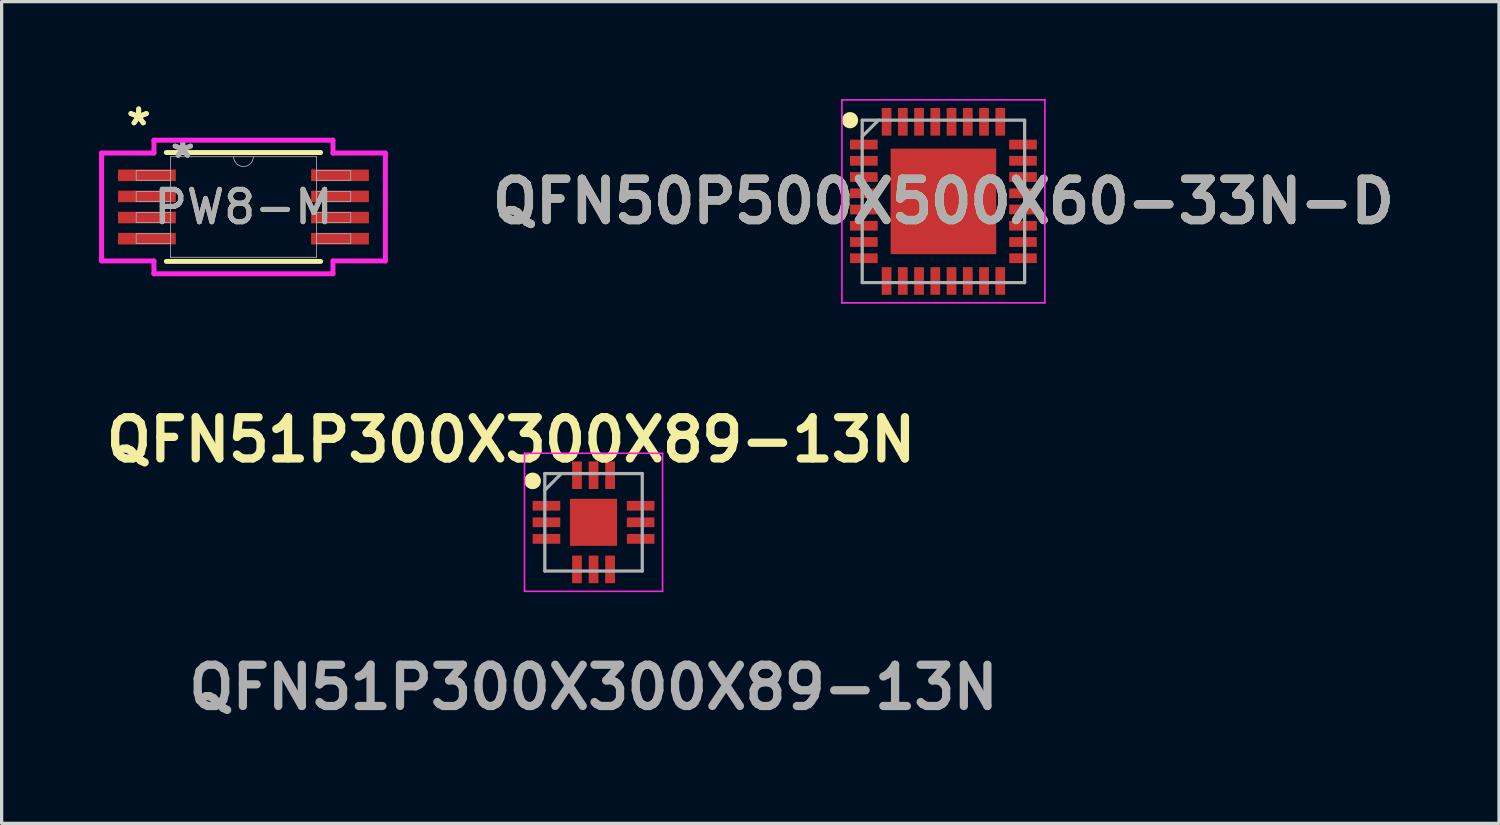
<source format=kicad_pcb>
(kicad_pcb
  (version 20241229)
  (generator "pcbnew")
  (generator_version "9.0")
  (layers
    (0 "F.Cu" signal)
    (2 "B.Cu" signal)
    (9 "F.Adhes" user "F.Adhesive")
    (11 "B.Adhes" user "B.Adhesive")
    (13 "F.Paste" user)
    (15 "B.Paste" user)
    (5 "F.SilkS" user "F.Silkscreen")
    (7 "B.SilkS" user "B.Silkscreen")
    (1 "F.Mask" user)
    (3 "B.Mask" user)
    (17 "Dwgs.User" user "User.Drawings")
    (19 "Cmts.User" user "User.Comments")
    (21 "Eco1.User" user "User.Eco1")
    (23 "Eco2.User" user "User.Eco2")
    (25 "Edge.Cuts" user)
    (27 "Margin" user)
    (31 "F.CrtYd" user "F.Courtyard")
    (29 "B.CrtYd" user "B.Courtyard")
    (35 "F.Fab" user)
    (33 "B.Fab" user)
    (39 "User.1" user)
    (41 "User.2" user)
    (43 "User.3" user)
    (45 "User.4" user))
  (footprint "QFN51P300X300X89-13N"
    (layer "F.Cu")
    (at 15.222 13.029)
    (property "Reference" "QFN51P300X300X89-13N" (at -2.54 -2.54 0) (layer "F.SilkS") (effects (font (size 1.27 1.27) (thickness 0.254))))
    (attr smd)
    (fp_circle (center -1.875 -1.275) (end -1.875 -1.147) (stroke (width 0.255) (type solid)) (fill no) (layer "F.SilkS"))
    (fp_line (start -2.125 -2.125) (end 2.125 -2.125) (stroke (width 0.05) (type solid)) (layer "F.CrtYd"))
    (fp_line (start -2.125 2.125) (end -2.125 -2.125) (stroke (width 0.05) (type solid)) (layer "F.CrtYd"))
    (fp_line (start 2.125 -2.125) (end 2.125 2.125) (stroke (width 0.05) (type solid)) (layer "F.CrtYd"))
    (fp_line (start 2.125 2.125) (end -2.125 2.125) (stroke (width 0.05) (type solid)) (layer "F.CrtYd"))
    (fp_line (start -1.5 -1.5) (end 1.5 -1.5) (stroke (width 0.1) (type solid)) (layer "F.Fab"))
    (fp_line (start -1.5 -0.99) (end -0.99 -1.5) (stroke (width 0.1) (type solid)) (layer "F.Fab"))
    (fp_line (start -1.5 1.5) (end -1.5 -1.5) (stroke (width 0.1) (type solid)) (layer "F.Fab"))
    (fp_line (start 1.5 -1.5) (end 1.5 1.5) (stroke (width 0.1) (type solid)) (layer "F.Fab"))
    (fp_line (start 1.5 1.5) (end -1.5 1.5) (stroke (width 0.1) (type solid)) (layer "F.Fab"))
    (fp_text user "${REFERENCE}" (at 0 5.08 0) (layer "F.Fab") (effects (font (size 1.27 1.27) (thickness 0.254))))
    (pad "1" smd rect (at -1.45 -0.51 90) (size 0.3 0.85) (layers "F.Cu" "F.Mask" "F.Paste"))
    (pad "2" smd rect (at -1.45 0 90) (size 0.3 0.85) (layers "F.Cu" "F.Mask" "F.Paste"))
    (pad "3" smd rect (at -1.45 0.51 90) (size 0.3 0.85) (layers "F.Cu" "F.Mask" "F.Paste"))
    (pad "4" smd rect (at -0.51 1.45) (size 0.3 0.85) (layers "F.Cu" "F.Mask" "F.Paste"))
    (pad "5" smd rect (at 0 1.45) (size 0.3 0.85) (layers "F.Cu" "F.Mask" "F.Paste"))
    (pad "6" smd rect (at 0.51 1.45) (size 0.3 0.85) (layers "F.Cu" "F.Mask" "F.Paste"))
    (pad "7" smd rect (at 1.45 0.51 90) (size 0.3 0.85) (layers "F.Cu" "F.Mask" "F.Paste"))
    (pad "8" smd rect (at 1.45 0 90) (size 0.3 0.85) (layers "F.Cu" "F.Mask" "F.Paste"))
    (pad "9" smd rect (at 1.45 -0.51 90) (size 0.3 0.85) (layers "F.Cu" "F.Mask" "F.Paste"))
    (pad "10" smd rect (at 0.51 -1.45) (size 0.3 0.85) (layers "F.Cu" "F.Mask" "F.Paste"))
    (pad "11" smd rect (at 0 -1.45) (size 0.3 0.85) (layers "F.Cu" "F.Mask" "F.Paste"))
    (pad "12" smd rect (at -0.51 -1.45) (size 0.3 0.85) (layers "F.Cu" "F.Mask" "F.Paste"))
    (pad "13" smd rect (at 0 0) (size 1.45 1.45) (layers "F.Cu" "F.Mask" "F.Paste")))
  (footprint "PW8-M"
    (layer "F.Cu")
    (at 4.445 3.322)
    (property "Reference" "PW8-M" (at 0 0 0) (unlocked yes) (layer "F.SilkS") (effects (font (size 1 1) (thickness 0.15))))
    (attr smd)
    (fp_line (start -2.375 1.676) (end 2.375 1.676) (stroke (width 0.152) (type solid)) (layer "F.SilkS"))
    (fp_line (start 2.375 -1.676) (end -2.375 -1.676) (stroke (width 0.152) (type solid)) (layer "F.SilkS"))
    (fp_line (start -4.369 -1.661) (end -2.756 -1.661) (stroke (width 0.152) (type solid)) (layer "F.CrtYd"))
    (fp_line (start -4.369 1.661) (end -4.369 -1.661) (stroke (width 0.152) (type solid)) (layer "F.CrtYd"))
    (fp_line (start -4.369 1.661) (end -2.756 1.661) (stroke (width 0.152) (type solid)) (layer "F.CrtYd"))
    (fp_line (start -2.756 -2.057) (end 2.756 -2.057) (stroke (width 0.152) (type solid)) (layer "F.CrtYd"))
    (fp_line (start -2.756 -1.661) (end -2.756 -2.057) (stroke (width 0.152) (type solid)) (layer "F.CrtYd"))
    (fp_line (start -2.756 2.057) (end -2.756 1.661) (stroke (width 0.152) (type solid)) (layer "F.CrtYd"))
    (fp_line (start 2.756 -2.057) (end 2.756 -1.661) (stroke (width 0.152) (type solid)) (layer "F.CrtYd"))
    (fp_line (start 2.756 1.661) (end 2.756 2.057) (stroke (width 0.152) (type solid)) (layer "F.CrtYd"))
    (fp_line (start 2.756 2.057) (end -2.756 2.057) (stroke (width 0.152) (type solid)) (layer "F.CrtYd"))
    (fp_line (start 4.369 -1.661) (end 2.756 -1.661) (stroke (width 0.152) (type solid)) (layer "F.CrtYd"))
    (fp_line (start 4.369 -1.661) (end 4.369 1.661) (stroke (width 0.152) (type solid)) (layer "F.CrtYd"))
    (fp_line (start 4.369 1.661) (end 2.756 1.661) (stroke (width 0.152) (type solid)) (layer "F.CrtYd"))
    (fp_line (start -3.302 -1.127) (end -3.302 -0.823) (stroke (width 0.025) (type solid)) (layer "F.Fab"))
    (fp_line (start -3.302 -0.823) (end -2.248 -0.823) (stroke (width 0.025) (type solid)) (layer "F.Fab"))
    (fp_line (start -3.302 -0.477) (end -3.302 -0.173) (stroke (width 0.025) (type solid)) (layer "F.Fab"))
    (fp_line (start -3.302 -0.173) (end -2.248 -0.173) (stroke (width 0.025) (type solid)) (layer "F.Fab"))
    (fp_line (start -3.302 0.173) (end -3.302 0.477) (stroke (width 0.025) (type solid)) (layer "F.Fab"))
    (fp_line (start -3.302 0.477) (end -2.248 0.477) (stroke (width 0.025) (type solid)) (layer "F.Fab"))
    (fp_line (start -3.302 0.823) (end -3.302 1.127) (stroke (width 0.025) (type solid)) (layer "F.Fab"))
    (fp_line (start -3.302 1.127) (end -2.248 1.127) (stroke (width 0.025) (type solid)) (layer "F.Fab"))
    (fp_line (start -2.248 -1.549) (end -2.248 1.549) (stroke (width 0.025) (type solid)) (layer "F.Fab"))
    (fp_line (start -2.248 -1.127) (end -3.302 -1.127) (stroke (width 0.025) (type solid)) (layer "F.Fab"))
    (fp_line (start -2.248 -0.823) (end -2.248 -1.127) (stroke (width 0.025) (type solid)) (layer "F.Fab"))
    (fp_line (start -2.248 -0.477) (end -3.302 -0.477) (stroke (width 0.025) (type solid)) (layer "F.Fab"))
    (fp_line (start -2.248 -0.173) (end -2.248 -0.477) (stroke (width 0.025) (type solid)) (layer "F.Fab"))
    (fp_line (start -2.248 0.173) (end -3.302 0.173) (stroke (width 0.025) (type solid)) (layer "F.Fab"))
    (fp_line (start -2.248 0.477) (end -2.248 0.173) (stroke (width 0.025) (type solid)) (layer "F.Fab"))
    (fp_line (start -2.248 0.823) (end -3.302 0.823) (stroke (width 0.025) (type solid)) (layer "F.Fab"))
    (fp_line (start -2.248 1.127) (end -2.248 0.823) (stroke (width 0.025) (type solid)) (layer "F.Fab"))
    (fp_line (start -2.248 1.549) (end 2.248 1.549) (stroke (width 0.025) (type solid)) (layer "F.Fab"))
    (fp_line (start 2.248 -1.549) (end -2.248 -1.549) (stroke (width 0.025) (type solid)) (layer "F.Fab"))
    (fp_line (start 2.248 -1.127) (end 2.248 -0.823) (stroke (width 0.025) (type solid)) (layer "F.Fab"))
    (fp_line (start 2.248 -0.823) (end 3.302 -0.823) (stroke (width 0.025) (type solid)) (layer "F.Fab"))
    (fp_line (start 2.248 -0.477) (end 2.248 -0.173) (stroke (width 0.025) (type solid)) (layer "F.Fab"))
    (fp_line (start 2.248 -0.173) (end 3.302 -0.173) (stroke (width 0.025) (type solid)) (layer "F.Fab"))
    (fp_line (start 2.248 0.173) (end 2.248 0.477) (stroke (width 0.025) (type solid)) (layer "F.Fab"))
    (fp_line (start 2.248 0.477) (end 3.302 0.477) (stroke (width 0.025) (type solid)) (layer "F.Fab"))
    (fp_line (start 2.248 0.823) (end 2.248 1.127) (stroke (width 0.025) (type solid)) (layer "F.Fab"))
    (fp_line (start 2.248 1.127) (end 3.302 1.127) (stroke (width 0.025) (type solid)) (layer "F.Fab"))
    (fp_line (start 2.248 1.549) (end 2.248 -1.549) (stroke (width 0.025) (type solid)) (layer "F.Fab"))
    (fp_line (start 3.302 -1.127) (end 2.248 -1.127) (stroke (width 0.025) (type solid)) (layer "F.Fab"))
    (fp_line (start 3.302 -0.823) (end 3.302 -1.127) (stroke (width 0.025) (type solid)) (layer "F.Fab"))
    (fp_line (start 3.302 -0.477) (end 2.248 -0.477) (stroke (width 0.025) (type solid)) (layer "F.Fab"))
    (fp_line (start 3.302 -0.173) (end 3.302 -0.477) (stroke (width 0.025) (type solid)) (layer "F.Fab"))
    (fp_line (start 3.302 0.173) (end 2.248 0.173) (stroke (width 0.025) (type solid)) (layer "F.Fab"))
    (fp_line (start 3.302 0.477) (end 3.302 0.173) (stroke (width 0.025) (type solid)) (layer "F.Fab"))
    (fp_line (start 3.302 0.823) (end 2.248 0.823) (stroke (width 0.025) (type solid)) (layer "F.Fab"))
    (fp_line (start 3.302 1.127) (end 3.302 0.823) (stroke (width 0.025) (type solid)) (layer "F.Fab"))
    (fp_arc (start 0.3048 -1.5494) (mid 0 -1.2446) (end -0.3048 -1.5494) (stroke (width 0.0254) (type solid)) (layer "F.Fab"))
    (fp_text user "*" (at -3.226 -2.474 0) (layer "F.SilkS") (effects (font (size 1 1) (thickness 0.15))))
    (fp_text user "*" (at -3.226 -2.474 0) (unlocked yes) (layer "F.SilkS") (effects (font (size 1 1) (thickness 0.15))))
    (fp_text user "${REFERENCE}" (at 0 0 0) (unlocked yes) (layer "F.Fab") (effects (font (size 1 1) (thickness 0.15))))
    (fp_text user "*" (at -1.867 -1.473 0) (unlocked yes) (layer "F.Fab") (effects (font (size 1 1) (thickness 0.15))))
    (fp_text user "*" (at -1.867 -1.473 0) (layer "F.Fab") (effects (font (size 1 1) (thickness 0.15))))
    (pad "1" smd rect (at -2.972 -0.975) (size 1.778 0.356) (layers "F.Cu" "F.Mask" "F.Paste"))
    (pad "2" smd rect (at -2.972 -0.325) (size 1.778 0.356) (layers "F.Cu" "F.Mask" "F.Paste"))
    (pad "3" smd rect (at -2.972 0.325) (size 1.778 0.356) (layers "F.Cu" "F.Mask" "F.Paste"))
    (pad "4" smd rect (at -2.972 0.975) (size 1.778 0.356) (layers "F.Cu" "F.Mask" "F.Paste"))
    (pad "5" smd rect (at 2.972 0.975) (size 1.778 0.356) (layers "F.Cu" "F.Mask" "F.Paste"))
    (pad "6" smd rect (at 2.972 0.325) (size 1.778 0.356) (layers "F.Cu" "F.Mask" "F.Paste"))
    (pad "7" smd rect (at 2.972 -0.325) (size 1.778 0.356) (layers "F.Cu" "F.Mask" "F.Paste"))
    (pad "8" smd rect (at 2.972 -0.975) (size 1.778 0.356) (layers "F.Cu" "F.Mask" "F.Paste")))
  (footprint "QFN50P500X500X60-33N-D"
    (layer "F.Cu")
    (at 25.993 3.15)
    (property "Reference" "QFN50P500X500X60-33N-D" (at 0 0 0) (layer "F.SilkS") (effects (font (size 1.27 1.27) (thickness 0.254))))
    (attr smd)
    (fp_circle (center -2.875 -2.5) (end -2.875 -2.375) (stroke (width 0.25) (type solid)) (fill no) (layer "F.SilkS"))
    (fp_line (start -3.125 -3.125) (end 3.125 -3.125) (stroke (width 0.05) (type solid)) (layer "F.CrtYd"))
    (fp_line (start -3.125 3.125) (end -3.125 -3.125) (stroke (width 0.05) (type solid)) (layer "F.CrtYd"))
    (fp_line (start 3.125 -3.125) (end 3.125 3.125) (stroke (width 0.05) (type solid)) (layer "F.CrtYd"))
    (fp_line (start 3.125 3.125) (end -3.125 3.125) (stroke (width 0.05) (type solid)) (layer "F.CrtYd"))
    (fp_line (start -2.5 -2.5) (end 2.5 -2.5) (stroke (width 0.1) (type solid)) (layer "F.Fab"))
    (fp_line (start -2.5 -2) (end -2 -2.5) (stroke (width 0.1) (type solid)) (layer "F.Fab"))
    (fp_line (start -2.5 2.5) (end -2.5 -2.5) (stroke (width 0.1) (type solid)) (layer "F.Fab"))
    (fp_line (start 2.5 -2.5) (end 2.5 2.5) (stroke (width 0.1) (type solid)) (layer "F.Fab"))
    (fp_line (start 2.5 2.5) (end -2.5 2.5) (stroke (width 0.1) (type solid)) (layer "F.Fab"))
    (fp_text user "${REFERENCE}" (at 0 0 0) (layer "F.Fab") (effects (font (size 1.27 1.27) (thickness 0.254))))
    (pad "1" smd rect (at -2.45 -1.75 90) (size 0.3 0.85) (layers "F.Cu" "F.Mask" "F.Paste"))
    (pad "2" smd rect (at -2.45 -1.25 90) (size 0.3 0.85) (layers "F.Cu" "F.Mask" "F.Paste"))
    (pad "3" smd rect (at -2.45 -0.75 90) (size 0.3 0.85) (layers "F.Cu" "F.Mask" "F.Paste"))
    (pad "4" smd rect (at -2.45 -0.25 90) (size 0.3 0.85) (layers "F.Cu" "F.Mask" "F.Paste"))
    (pad "5" smd rect (at -2.45 0.25 90) (size 0.3 0.85) (layers "F.Cu" "F.Mask" "F.Paste"))
    (pad "6" smd rect (at -2.45 0.75 90) (size 0.3 0.85) (layers "F.Cu" "F.Mask" "F.Paste"))
    (pad "7" smd rect (at -2.45 1.25 90) (size 0.3 0.85) (layers "F.Cu" "F.Mask" "F.Paste"))
    (pad "8" smd rect (at -2.45 1.75 90) (size 0.3 0.85) (layers "F.Cu" "F.Mask" "F.Paste"))
    (pad "9" smd rect (at -1.75 2.45) (size 0.3 0.85) (layers "F.Cu" "F.Mask" "F.Paste"))
    (pad "10" smd rect (at -1.25 2.45) (size 0.3 0.85) (layers "F.Cu" "F.Mask" "F.Paste"))
    (pad "11" smd rect (at -0.75 2.45) (size 0.3 0.85) (layers "F.Cu" "F.Mask" "F.Paste"))
    (pad "12" smd rect (at -0.25 2.45) (size 0.3 0.85) (layers "F.Cu" "F.Mask" "F.Paste"))
    (pad "13" smd rect (at 0.25 2.45) (size 0.3 0.85) (layers "F.Cu" "F.Mask" "F.Paste"))
    (pad "14" smd rect (at 0.75 2.45) (size 0.3 0.85) (layers "F.Cu" "F.Mask" "F.Paste"))
    (pad "15" smd rect (at 1.25 2.45) (size 0.3 0.85) (layers "F.Cu" "F.Mask" "F.Paste"))
    (pad "16" smd rect (at 1.75 2.45) (size 0.3 0.85) (layers "F.Cu" "F.Mask" "F.Paste"))
    (pad "17" smd rect (at 2.45 1.75 90) (size 0.3 0.85) (layers "F.Cu" "F.Mask" "F.Paste"))
    (pad "18" smd rect (at 2.45 1.25 90) (size 0.3 0.85) (layers "F.Cu" "F.Mask" "F.Paste"))
    (pad "19" smd rect (at 2.45 0.75 90) (size 0.3 0.85) (layers "F.Cu" "F.Mask" "F.Paste"))
    (pad "20" smd rect (at 2.45 0.25 90) (size 0.3 0.85) (layers "F.Cu" "F.Mask" "F.Paste"))
    (pad "21" smd rect (at 2.45 -0.25 90) (size 0.3 0.85) (layers "F.Cu" "F.Mask" "F.Paste"))
    (pad "22" smd rect (at 2.45 -0.75 90) (size 0.3 0.85) (layers "F.Cu" "F.Mask" "F.Paste"))
    (pad "23" smd rect (at 2.45 -1.25 90) (size 0.3 0.85) (layers "F.Cu" "F.Mask" "F.Paste"))
    (pad "24" smd rect (at 2.45 -1.75 90) (size 0.3 0.85) (layers "F.Cu" "F.Mask" "F.Paste"))
    (pad "25" smd rect (at 1.75 -2.45) (size 0.3 0.85) (layers "F.Cu" "F.Mask" "F.Paste"))
    (pad "26" smd rect (at 1.25 -2.45) (size 0.3 0.85) (layers "F.Cu" "F.Mask" "F.Paste"))
    (pad "27" smd rect (at 0.75 -2.45) (size 0.3 0.85) (layers "F.Cu" "F.Mask" "F.Paste"))
    (pad "28" smd rect (at 0.25 -2.45) (size 0.3 0.85) (layers "F.Cu" "F.Mask" "F.Paste"))
    (pad "29" smd rect (at -0.25 -2.45) (size 0.3 0.85) (layers "F.Cu" "F.Mask" "F.Paste"))
    (pad "30" smd rect (at -0.75 -2.45) (size 0.3 0.85) (layers "F.Cu" "F.Mask" "F.Paste"))
    (pad "31" smd rect (at -1.25 -2.45) (size 0.3 0.85) (layers "F.Cu" "F.Mask" "F.Paste"))
    (pad "32" smd rect (at -1.75 -2.45) (size 0.3 0.85) (layers "F.Cu" "F.Mask" "F.Paste"))
    (pad "33" smd rect (at 0 0) (size 3.25 3.25) (layers "F.Cu" "F.Mask" "F.Paste")))
  (gr_rect
    (start -3 -3)
    (end 43.096 22.297)
    (stroke (width 0.1) (type default))
    (fill no)
    (layer "Edge.Cuts")))
</source>
